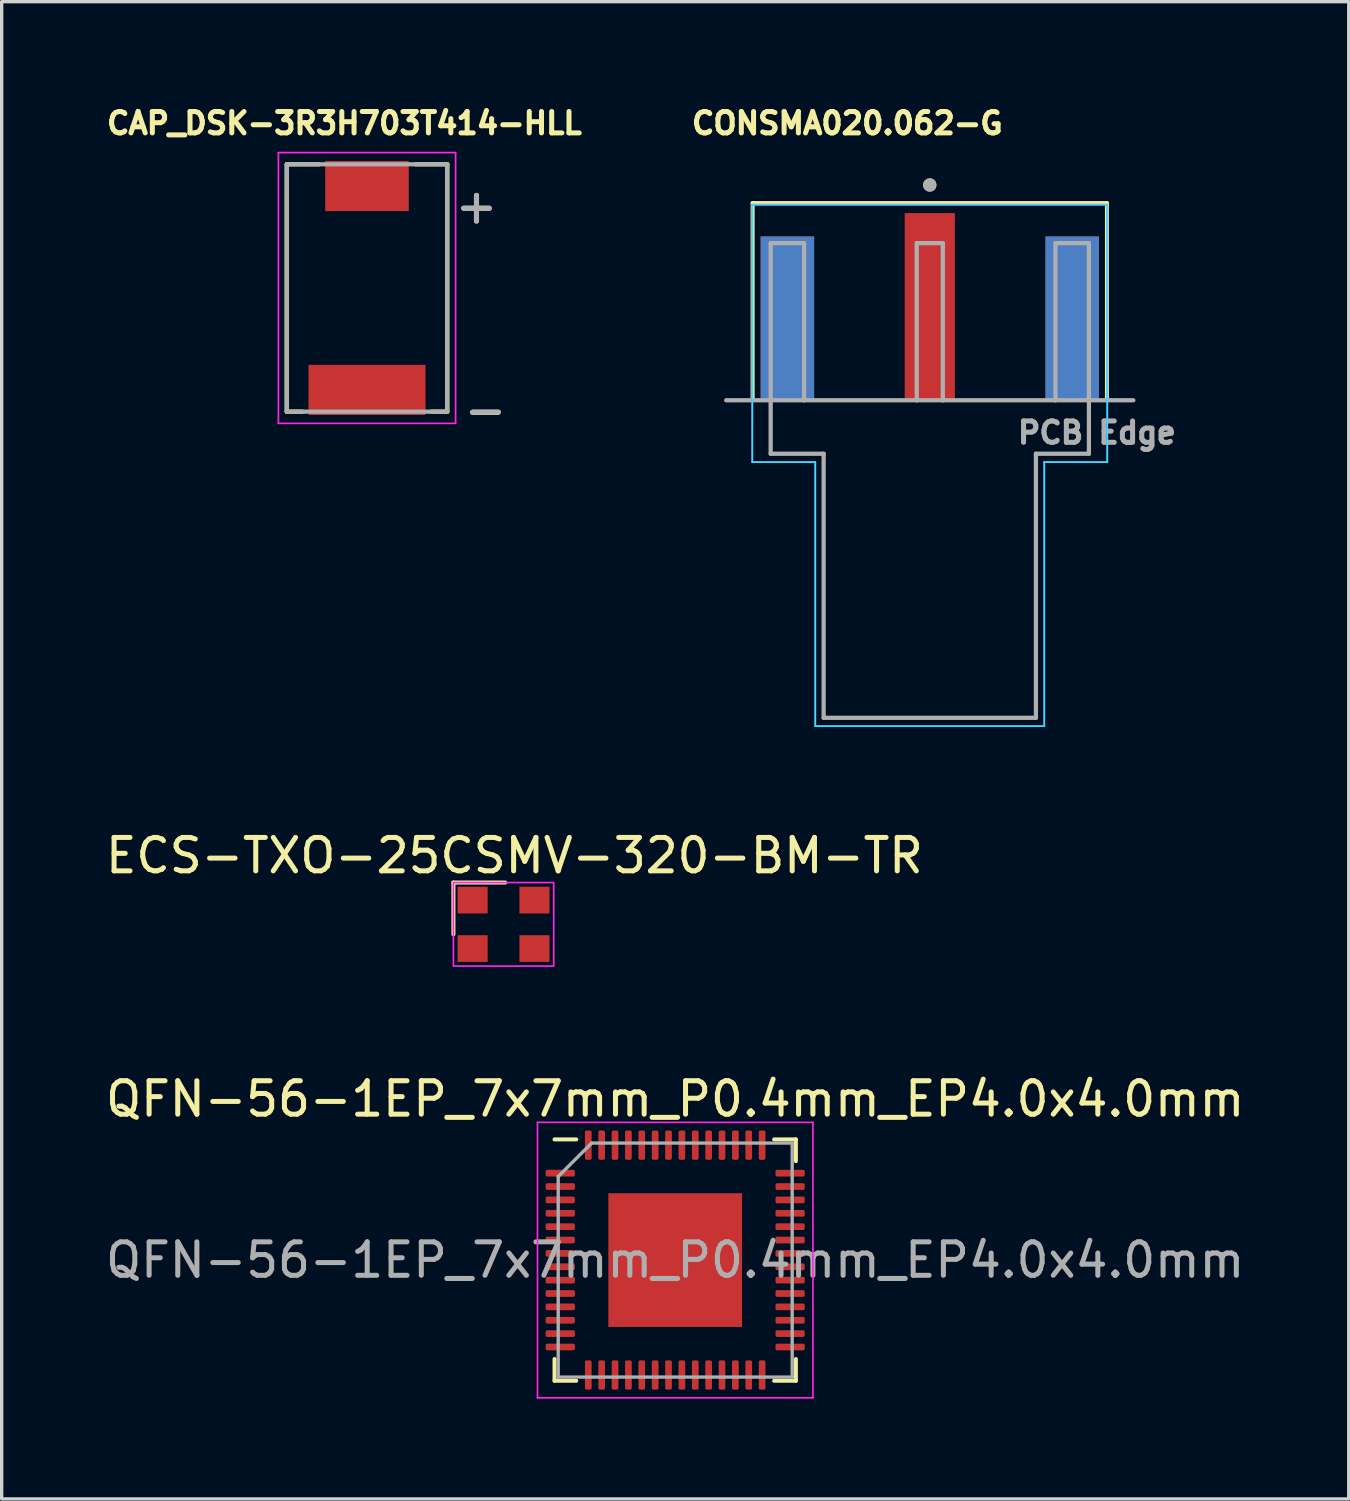
<source format=kicad_pcb>
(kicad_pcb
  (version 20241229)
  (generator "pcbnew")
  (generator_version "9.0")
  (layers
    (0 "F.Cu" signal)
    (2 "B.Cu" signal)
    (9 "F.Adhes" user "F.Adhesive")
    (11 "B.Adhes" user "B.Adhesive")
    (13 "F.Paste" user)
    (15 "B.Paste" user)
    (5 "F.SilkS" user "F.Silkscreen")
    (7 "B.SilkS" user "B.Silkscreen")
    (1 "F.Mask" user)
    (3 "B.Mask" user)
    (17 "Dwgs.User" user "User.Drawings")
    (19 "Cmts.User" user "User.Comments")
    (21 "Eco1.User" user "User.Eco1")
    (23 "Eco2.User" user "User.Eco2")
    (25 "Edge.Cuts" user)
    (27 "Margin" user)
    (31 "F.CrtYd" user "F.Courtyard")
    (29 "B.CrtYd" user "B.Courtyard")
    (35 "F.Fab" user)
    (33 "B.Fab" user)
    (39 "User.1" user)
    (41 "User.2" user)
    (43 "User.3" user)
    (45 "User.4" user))
  (footprint "QFN-56-1EP_7x7mm_P0.4mm_EP4.0x4.0mm"
    (layer "F.Cu")
    (at 17.149 34.646)
    (property "Reference" "QFN-56-1EP_7x7mm_P0.4mm_EP4.0x4.0mm" (at 0 -4.82 0) (layer "F.SilkS") (effects (font (size 1 1) (thickness 0.15))))
    (attr smd)
    (fp_line (start -3.61 3.61) (end -3.61 2.96) (stroke (width 0.12) (type solid)) (layer "F.SilkS"))
    (fp_line (start -2.96 -3.61) (end -3.61 -3.61) (stroke (width 0.12) (type solid)) (layer "F.SilkS"))
    (fp_line (start -2.96 3.61) (end -3.61 3.61) (stroke (width 0.12) (type solid)) (layer "F.SilkS"))
    (fp_line (start 2.96 -3.61) (end 3.61 -3.61) (stroke (width 0.12) (type solid)) (layer "F.SilkS"))
    (fp_line (start 2.96 3.61) (end 3.61 3.61) (stroke (width 0.12) (type solid)) (layer "F.SilkS"))
    (fp_line (start 3.61 -3.61) (end 3.61 -2.96) (stroke (width 0.12) (type solid)) (layer "F.SilkS"))
    (fp_line (start 3.61 3.61) (end 3.61 2.96) (stroke (width 0.12) (type solid)) (layer "F.SilkS"))
    (fp_line (start -4.12 -4.12) (end -4.12 4.12) (stroke (width 0.05) (type solid)) (layer "F.CrtYd"))
    (fp_line (start -4.12 4.12) (end 4.12 4.12) (stroke (width 0.05) (type solid)) (layer "F.CrtYd"))
    (fp_line (start 4.12 -4.12) (end -4.12 -4.12) (stroke (width 0.05) (type solid)) (layer "F.CrtYd"))
    (fp_line (start 4.12 4.12) (end 4.12 -4.12) (stroke (width 0.05) (type solid)) (layer "F.CrtYd"))
    (fp_line (start -3.5 -2.5) (end -2.5 -3.5) (stroke (width 0.1) (type solid)) (layer "F.Fab"))
    (fp_line (start -3.5 3.5) (end -3.5 -2.5) (stroke (width 0.1) (type solid)) (layer "F.Fab"))
    (fp_line (start -2.5 -3.5) (end 3.5 -3.5) (stroke (width 0.1) (type solid)) (layer "F.Fab"))
    (fp_line (start 3.5 -3.5) (end 3.5 3.5) (stroke (width 0.1) (type solid)) (layer "F.Fab"))
    (fp_line (start 3.5 3.5) (end -3.5 3.5) (stroke (width 0.1) (type solid)) (layer "F.Fab"))
    (fp_text user "${REFERENCE}" (at 0 0 0) (layer "F.Fab") (effects (font (size 1 1) (thickness 0.15))))
    (pad "" smd roundrect (at -0.8 -0.8) (size 1.29 1.29) (layers "F.Paste") (roundrect_rratio 0.194))
    (pad "" smd roundrect (at -0.8 0.8) (size 1.29 1.29) (layers "F.Paste") (roundrect_rratio 0.194))
    (pad "" smd roundrect (at 0.8 -0.8) (size 1.29 1.29) (layers "F.Paste") (roundrect_rratio 0.194))
    (pad "" smd roundrect (at 0.8 0.8) (size 1.29 1.29) (layers "F.Paste") (roundrect_rratio 0.194))
    (pad "1" smd roundrect (at -3.438 -2.6) (size 0.875 0.2) (layers "F.Cu" "F.Mask" "F.Paste") (roundrect_rratio 0.25))
    (pad "2" smd roundrect (at -3.438 -2.2) (size 0.875 0.2) (layers "F.Cu" "F.Mask" "F.Paste") (roundrect_rratio 0.25))
    (pad "3" smd roundrect (at -3.438 -1.8) (size 0.875 0.2) (layers "F.Cu" "F.Mask" "F.Paste") (roundrect_rratio 0.25))
    (pad "4" smd roundrect (at -3.438 -1.4) (size 0.875 0.2) (layers "F.Cu" "F.Mask" "F.Paste") (roundrect_rratio 0.25))
    (pad "5" smd roundrect (at -3.438 -1) (size 0.875 0.2) (layers "F.Cu" "F.Mask" "F.Paste") (roundrect_rratio 0.25))
    (pad "6" smd roundrect (at -3.438 -0.6) (size 0.875 0.2) (layers "F.Cu" "F.Mask" "F.Paste") (roundrect_rratio 0.25))
    (pad "7" smd roundrect (at -3.438 -0.2) (size 0.875 0.2) (layers "F.Cu" "F.Mask" "F.Paste") (roundrect_rratio 0.25))
    (pad "8" smd roundrect (at -3.438 0.2) (size 0.875 0.2) (layers "F.Cu" "F.Mask" "F.Paste") (roundrect_rratio 0.25))
    (pad "9" smd roundrect (at -3.438 0.6) (size 0.875 0.2) (layers "F.Cu" "F.Mask" "F.Paste") (roundrect_rratio 0.25))
    (pad "10" smd roundrect (at -3.438 1) (size 0.875 0.2) (layers "F.Cu" "F.Mask" "F.Paste") (roundrect_rratio 0.25))
    (pad "11" smd roundrect (at -3.438 1.4) (size 0.875 0.2) (layers "F.Cu" "F.Mask" "F.Paste") (roundrect_rratio 0.25))
    (pad "12" smd roundrect (at -3.438 1.8) (size 0.875 0.2) (layers "F.Cu" "F.Mask" "F.Paste") (roundrect_rratio 0.25))
    (pad "13" smd roundrect (at -3.438 2.2) (size 0.875 0.2) (layers "F.Cu" "F.Mask" "F.Paste") (roundrect_rratio 0.25))
    (pad "14" smd roundrect (at -3.438 2.6) (size 0.875 0.2) (layers "F.Cu" "F.Mask" "F.Paste") (roundrect_rratio 0.25))
    (pad "15" smd roundrect (at -2.6 3.438) (size 0.2 0.875) (layers "F.Cu" "F.Mask" "F.Paste") (roundrect_rratio 0.25))
    (pad "16" smd roundrect (at -2.2 3.438) (size 0.2 0.875) (layers "F.Cu" "F.Mask" "F.Paste") (roundrect_rratio 0.25))
    (pad "17" smd roundrect (at -1.8 3.438) (size 0.2 0.875) (layers "F.Cu" "F.Mask" "F.Paste") (roundrect_rratio 0.25))
    (pad "18" smd roundrect (at -1.4 3.438) (size 0.2 0.875) (layers "F.Cu" "F.Mask" "F.Paste") (roundrect_rratio 0.25))
    (pad "19" smd roundrect (at -1 3.438) (size 0.2 0.875) (layers "F.Cu" "F.Mask" "F.Paste") (roundrect_rratio 0.25))
    (pad "20" smd roundrect (at -0.6 3.438) (size 0.2 0.875) (layers "F.Cu" "F.Mask" "F.Paste") (roundrect_rratio 0.25))
    (pad "21" smd roundrect (at -0.2 3.438) (size 0.2 0.875) (layers "F.Cu" "F.Mask" "F.Paste") (roundrect_rratio 0.25))
    (pad "22" smd roundrect (at 0.2 3.438) (size 0.2 0.875) (layers "F.Cu" "F.Mask" "F.Paste") (roundrect_rratio 0.25))
    (pad "23" smd roundrect (at 0.6 3.438) (size 0.2 0.875) (layers "F.Cu" "F.Mask" "F.Paste") (roundrect_rratio 0.25))
    (pad "24" smd roundrect (at 1 3.438) (size 0.2 0.875) (layers "F.Cu" "F.Mask" "F.Paste") (roundrect_rratio 0.25))
    (pad "25" smd roundrect (at 1.4 3.438) (size 0.2 0.875) (layers "F.Cu" "F.Mask" "F.Paste") (roundrect_rratio 0.25))
    (pad "26" smd roundrect (at 1.8 3.438) (size 0.2 0.875) (layers "F.Cu" "F.Mask" "F.Paste") (roundrect_rratio 0.25))
    (pad "27" smd roundrect (at 2.2 3.438) (size 0.2 0.875) (layers "F.Cu" "F.Mask" "F.Paste") (roundrect_rratio 0.25))
    (pad "28" smd roundrect (at 2.6 3.438) (size 0.2 0.875) (layers "F.Cu" "F.Mask" "F.Paste") (roundrect_rratio 0.25))
    (pad "29" smd roundrect (at 3.438 2.6) (size 0.875 0.2) (layers "F.Cu" "F.Mask" "F.Paste") (roundrect_rratio 0.25))
    (pad "30" smd roundrect (at 3.438 2.2) (size 0.875 0.2) (layers "F.Cu" "F.Mask" "F.Paste") (roundrect_rratio 0.25))
    (pad "31" smd roundrect (at 3.438 1.8) (size 0.875 0.2) (layers "F.Cu" "F.Mask" "F.Paste") (roundrect_rratio 0.25))
    (pad "32" smd roundrect (at 3.438 1.4) (size 0.875 0.2) (layers "F.Cu" "F.Mask" "F.Paste") (roundrect_rratio 0.25))
    (pad "33" smd roundrect (at 3.438 1) (size 0.875 0.2) (layers "F.Cu" "F.Mask" "F.Paste") (roundrect_rratio 0.25))
    (pad "34" smd roundrect (at 3.438 0.6) (size 0.875 0.2) (layers "F.Cu" "F.Mask" "F.Paste") (roundrect_rratio 0.25))
    (pad "35" smd roundrect (at 3.438 0.2) (size 0.875 0.2) (layers "F.Cu" "F.Mask" "F.Paste") (roundrect_rratio 0.25))
    (pad "36" smd roundrect (at 3.438 -0.2) (size 0.875 0.2) (layers "F.Cu" "F.Mask" "F.Paste") (roundrect_rratio 0.25))
    (pad "37" smd roundrect (at 3.438 -0.6) (size 0.875 0.2) (layers "F.Cu" "F.Mask" "F.Paste") (roundrect_rratio 0.25))
    (pad "38" smd roundrect (at 3.438 -1) (size 0.875 0.2) (layers "F.Cu" "F.Mask" "F.Paste") (roundrect_rratio 0.25))
    (pad "39" smd roundrect (at 3.438 -1.4) (size 0.875 0.2) (layers "F.Cu" "F.Mask" "F.Paste") (roundrect_rratio 0.25))
    (pad "40" smd roundrect (at 3.438 -1.8) (size 0.875 0.2) (layers "F.Cu" "F.Mask" "F.Paste") (roundrect_rratio 0.25))
    (pad "41" smd roundrect (at 3.438 -2.2) (size 0.875 0.2) (layers "F.Cu" "F.Mask" "F.Paste") (roundrect_rratio 0.25))
    (pad "42" smd roundrect (at 3.438 -2.6) (size 0.875 0.2) (layers "F.Cu" "F.Mask" "F.Paste") (roundrect_rratio 0.25))
    (pad "43" smd roundrect (at 2.6 -3.438) (size 0.2 0.875) (layers "F.Cu" "F.Mask" "F.Paste") (roundrect_rratio 0.25))
    (pad "44" smd roundrect (at 2.2 -3.438) (size 0.2 0.875) (layers "F.Cu" "F.Mask" "F.Paste") (roundrect_rratio 0.25))
    (pad "45" smd roundrect (at 1.8 -3.438) (size 0.2 0.875) (layers "F.Cu" "F.Mask" "F.Paste") (roundrect_rratio 0.25))
    (pad "46" smd roundrect (at 1.4 -3.438) (size 0.2 0.875) (layers "F.Cu" "F.Mask" "F.Paste") (roundrect_rratio 0.25))
    (pad "47" smd roundrect (at 1 -3.438) (size 0.2 0.875) (layers "F.Cu" "F.Mask" "F.Paste") (roundrect_rratio 0.25))
    (pad "48" smd roundrect (at 0.6 -3.438) (size 0.2 0.875) (layers "F.Cu" "F.Mask" "F.Paste") (roundrect_rratio 0.25))
    (pad "49" smd roundrect (at 0.2 -3.438) (size 0.2 0.875) (layers "F.Cu" "F.Mask" "F.Paste") (roundrect_rratio 0.25))
    (pad "50" smd roundrect (at -0.2 -3.438) (size 0.2 0.875) (layers "F.Cu" "F.Mask" "F.Paste") (roundrect_rratio 0.25))
    (pad "51" smd roundrect (at -0.6 -3.438) (size 0.2 0.875) (layers "F.Cu" "F.Mask" "F.Paste") (roundrect_rratio 0.25))
    (pad "52" smd roundrect (at -1 -3.438) (size 0.2 0.875) (layers "F.Cu" "F.Mask" "F.Paste") (roundrect_rratio 0.25))
    (pad "53" smd roundrect (at -1.4 -3.438) (size 0.2 0.875) (layers "F.Cu" "F.Mask" "F.Paste") (roundrect_rratio 0.25))
    (pad "54" smd roundrect (at -1.8 -3.438) (size 0.2 0.875) (layers "F.Cu" "F.Mask" "F.Paste") (roundrect_rratio 0.25))
    (pad "55" smd roundrect (at -2.2 -3.438) (size 0.2 0.875) (layers "F.Cu" "F.Mask" "F.Paste") (roundrect_rratio 0.25))
    (pad "56" smd roundrect (at -2.6 -3.438) (size 0.2 0.875) (layers "F.Cu" "F.Mask" "F.Paste") (roundrect_rratio 0.25))
    (pad "57" smd rect (at 0 0) (size 4 4) (layers "F.Cu" "F.Mask")))
  (footprint "CONSMA020.062-G"
    (layer "F.Cu")
    (at 24.765 8.924)
    (property "Reference" "CONSMA020.062-G" (at -2.468 -8.286 0) (layer "F.SilkS") (effects (font (size 0.64 0.64) (thickness 0.15))))
    (attr through_hole)
    (fp_line (start -5.3 0) (end -5.3 -5.9) (stroke (width 0.12) (type solid)) (layer "F.SilkS"))
    (fp_line (start 5.3 -5.9) (end -5.3 -5.9) (stroke (width 0.12) (type solid)) (layer "F.SilkS"))
    (fp_line (start 5.3 0) (end 5.3 -5.9) (stroke (width 0.12) (type solid)) (layer "F.SilkS"))
    (fp_circle (center 0 -6.44) (end 0.1 -6.44) (stroke (width 0.2) (type solid)) (fill no) (layer "F.SilkS"))
    (fp_line (start -5.31 -5.85) (end -5.31 1.85) (stroke (width 0.05) (type solid)) (layer "B.CrtYd"))
    (fp_line (start -5.31 1.85) (end -3.425 1.85) (stroke (width 0.05) (type solid)) (layer "B.CrtYd"))
    (fp_line (start -3.425 1.85) (end -3.425 9.75) (stroke (width 0.05) (type solid)) (layer "B.CrtYd"))
    (fp_line (start -3.425 9.75) (end 3.425 9.75) (stroke (width 0.05) (type solid)) (layer "B.CrtYd"))
    (fp_line (start 3.425 1.85) (end 3.425 9.75) (stroke (width 0.05) (type solid)) (layer "B.CrtYd"))
    (fp_line (start 5.31 -5.85) (end -5.31 -5.85) (stroke (width 0.05) (type solid)) (layer "B.CrtYd"))
    (fp_line (start 5.31 1.85) (end 3.425 1.85) (stroke (width 0.05) (type solid)) (layer "B.CrtYd"))
    (fp_line (start 5.31 1.85) (end 5.31 -5.85) (stroke (width 0.05) (type solid)) (layer "B.CrtYd"))
    (fp_line (start -5.31 -5.85) (end -5.31 1.85) (stroke (width 0.05) (type solid)) (layer "F.CrtYd"))
    (fp_line (start -5.31 1.85) (end -3.425 1.85) (stroke (width 0.05) (type solid)) (layer "F.CrtYd"))
    (fp_line (start -3.425 1.85) (end -3.425 9.75) (stroke (width 0.05) (type solid)) (layer "F.CrtYd"))
    (fp_line (start -3.425 9.75) (end 3.425 9.75) (stroke (width 0.05) (type solid)) (layer "F.CrtYd"))
    (fp_line (start 3.425 1.85) (end 3.425 9.75) (stroke (width 0.05) (type solid)) (layer "F.CrtYd"))
    (fp_line (start 5.31 -5.85) (end -5.31 -5.85) (stroke (width 0.05) (type solid)) (layer "F.CrtYd"))
    (fp_line (start 5.31 1.85) (end 3.425 1.85) (stroke (width 0.05) (type solid)) (layer "F.CrtYd"))
    (fp_line (start 5.31 1.85) (end 5.31 -5.85) (stroke (width 0.05) (type solid)) (layer "F.CrtYd"))
    (fp_line (start -6.09 0) (end -4.76 0) (stroke (width 0.127) (type solid)) (layer "F.Fab"))
    (fp_line (start -4.76 -4.7) (end -4.76 0) (stroke (width 0.127) (type solid)) (layer "F.Fab"))
    (fp_line (start -4.76 0) (end -3.76 0) (stroke (width 0.127) (type solid)) (layer "F.Fab"))
    (fp_line (start -4.76 1.6) (end -4.76 0) (stroke (width 0.127) (type solid)) (layer "F.Fab"))
    (fp_line (start -3.76 -4.7) (end -4.76 -4.7) (stroke (width 0.127) (type solid)) (layer "F.Fab"))
    (fp_line (start -3.76 0) (end -3.76 -4.7) (stroke (width 0.127) (type solid)) (layer "F.Fab"))
    (fp_line (start -3.76 0) (end -0.39 0) (stroke (width 0.127) (type solid)) (layer "F.Fab"))
    (fp_line (start -3.175 1.6) (end -4.76 1.6) (stroke (width 0.127) (type solid)) (layer "F.Fab"))
    (fp_line (start -3.175 1.6) (end -3.175 9.5) (stroke (width 0.127) (type solid)) (layer "F.Fab"))
    (fp_line (start -3.175 9.5) (end 3.175 9.5) (stroke (width 0.127) (type solid)) (layer "F.Fab"))
    (fp_line (start -0.39 -4.7) (end 0.39 -4.7) (stroke (width 0.127) (type solid)) (layer "F.Fab"))
    (fp_line (start -0.39 0) (end -0.39 -4.7) (stroke (width 0.127) (type solid)) (layer "F.Fab"))
    (fp_line (start -0.39 0) (end 0.39 0) (stroke (width 0.127) (type solid)) (layer "F.Fab"))
    (fp_line (start 0.39 -4.7) (end 0.39 0) (stroke (width 0.127) (type solid)) (layer "F.Fab"))
    (fp_line (start 0.39 0) (end 3.76 0) (stroke (width 0.127) (type solid)) (layer "F.Fab"))
    (fp_line (start 3.175 9.5) (end 3.175 1.6) (stroke (width 0.127) (type solid)) (layer "F.Fab"))
    (fp_line (start 3.76 -4.7) (end 4.76 -4.7) (stroke (width 0.127) (type solid)) (layer "F.Fab"))
    (fp_line (start 3.76 0) (end 3.76 -4.7) (stroke (width 0.127) (type solid)) (layer "F.Fab"))
    (fp_line (start 3.76 0) (end 4.76 0) (stroke (width 0.127) (type solid)) (layer "F.Fab"))
    (fp_line (start 4.76 -4.7) (end 4.76 0) (stroke (width 0.127) (type solid)) (layer "F.Fab"))
    (fp_line (start 4.76 0) (end 4.76 1.6) (stroke (width 0.127) (type solid)) (layer "F.Fab"))
    (fp_line (start 4.76 0) (end 6.09 0) (stroke (width 0.127) (type solid)) (layer "F.Fab"))
    (fp_line (start 4.76 1.6) (end 3.175 1.6) (stroke (width 0.127) (type solid)) (layer "F.Fab"))
    (fp_circle (center 0 -6.44) (end 0.1 -6.44) (stroke (width 0.2) (type solid)) (fill no) (layer "F.Fab"))
    (fp_text user "PCB Edge" (at 5 0.97 0) (layer "F.Fab") (effects (font (size 0.64 0.64) (thickness 0.15))))
    (pad "1" smd rect (at 0 -2.8) (size 1.5 5.6) (layers "F.Cu" "F.Mask" "F.Paste"))
    (pad "2" smd rect (at -4.26 -2.45) (size 1.6 4.9) (layers "F.Cu" "F.Mask" "F.Paste"))
    (pad "2" smd rect (at -4.26 -2.45) (size 1.6 4.9) (layers "B.Cu" "B.Mask" "B.Paste"))
    (pad "2" smd rect (at 4.26 -2.45) (size 1.6 4.9) (layers "F.Cu" "F.Mask" "F.Paste"))
    (pad "2" smd rect (at 4.26 -2.45) (size 1.6 4.9) (layers "B.Cu" "B.Mask" "B.Paste")))
  (footprint "CAP_DSK-3R3H703T414-HLL"
    (layer "F.Cu")
    (at 7.929 5.565)
    (property "Reference" "CAP_DSK-3R3H703T414-HLL" (at -0.677 -4.928 0) (layer "F.SilkS") (effects (font (size 0.64 0.64) (thickness 0.15))))
    (attr through_hole)
    (fp_line (start -2.4 -3.7) (end -2.4 3.7) (stroke (width 0.127) (type solid)) (layer "F.SilkS"))
    (fp_line (start -2.4 3.7) (end -1.93 3.7) (stroke (width 0.127) (type solid)) (layer "F.SilkS"))
    (fp_line (start -1.44 -3.7) (end -2.4 -3.7) (stroke (width 0.127) (type solid)) (layer "F.SilkS"))
    (fp_line (start 1.93 3.7) (end 2.4 3.7) (stroke (width 0.127) (type solid)) (layer "F.SilkS"))
    (fp_line (start 2.4 -3.7) (end 1.46 -3.7) (stroke (width 0.127) (type solid)) (layer "F.SilkS"))
    (fp_line (start 2.4 3.7) (end 2.4 -3.7) (stroke (width 0.127) (type solid)) (layer "F.SilkS"))
    (fp_line (start -2.65 -4.05) (end -2.65 4.05) (stroke (width 0.05) (type solid)) (layer "F.CrtYd"))
    (fp_line (start -2.65 4.05) (end 2.65 4.05) (stroke (width 0.05) (type solid)) (layer "F.CrtYd"))
    (fp_line (start 2.65 -4.05) (end -2.65 -4.05) (stroke (width 0.05) (type solid)) (layer "F.CrtYd"))
    (fp_line (start 2.65 4.05) (end 2.65 -4.05) (stroke (width 0.05) (type solid)) (layer "F.CrtYd"))
    (fp_line (start -2.4 -3.7) (end 2.4 -3.7) (stroke (width 0.127) (type solid)) (layer "F.Fab"))
    (fp_line (start -2.4 3.7) (end -2.4 -3.7) (stroke (width 0.127) (type solid)) (layer "F.Fab"))
    (fp_line (start 2.4 -3.7) (end 2.4 3.7) (stroke (width 0.127) (type solid)) (layer "F.Fab"))
    (fp_line (start 2.4 3.7) (end -2.4 3.7) (stroke (width 0.127) (type solid)) (layer "F.Fab"))
    (fp_text user "-" (at 3.54 3.646 0) (layer "F.SilkS") (effects (font (size 1.005 1.005) (thickness 0.15))))
    (fp_text user "+" (at 3.274 -2.461 0) (layer "F.SilkS") (effects (font (size 1.005 1.005) (thickness 0.15))))
    (fp_text user "-" (at 3.551 3.636 0) (layer "F.Fab") (effects (font (size 1.004 1.004) (thickness 0.15))))
    (fp_text user "+" (at 3.277 -2.457 0) (layer "F.Fab") (effects (font (size 1.004 1.004) (thickness 0.15))))
    (pad "1" smd rect (at 0 -3.05) (size 2.5 1.5) (layers "F.Cu" "F.Mask" "F.Paste"))
    (pad "2" smd rect (at 0 3.05) (size 3.5 1.5) (layers "F.Cu" "F.Mask" "F.Paste")))
  (footprint "ECS-TXO-25CSMV-320-BM-TR"
    (layer "F.Cu")
    (at 10.639 25.727)
    (property "Reference" "ECS-TXO-25CSMV-320-BM-TR" (at 1.7 -3.18 0) (unlocked yes) (layer "F.SilkS") (effects (font (size 1 1) (thickness 0.15))))
    (attr smd)
    (fp_line (start -0.125 -2.375) (end 1.425 -2.375) (stroke (width 0.12) (type solid)) (layer "F.SilkS"))
    (fp_line (start -0.125 -0.825) (end -0.125 -2.375) (stroke (width 0.12) (type solid)) (layer "F.SilkS"))
    (fp_rect (start -0.125 -2.375) (end 2.875 0.125) (stroke (width 0.05) (type solid)) (fill no) (layer "F.CrtYd"))
    (pad "1" smd rect (at 0.45 -1.85) (size 0.9 0.8) (layers "F.Cu" "F.Mask" "F.Paste"))
    (pad "2" smd rect (at 2.3 -1.85) (size 0.9 0.8) (layers "F.Cu" "F.Mask" "F.Paste"))
    (pad "3" smd rect (at 2.3 -0.4) (size 0.9 0.8) (layers "F.Cu" "F.Mask" "F.Paste"))
    (pad "4" smd rect (at 0.45 -0.4) (size 0.9 0.8) (layers "F.Cu" "F.Mask" "F.Paste")))
  (gr_rect
    (start -3 -3)
    (end 37.298 41.791)
    (stroke (width 0.1) (type default))
    (fill no)
    (layer "Edge.Cuts")))
</source>
